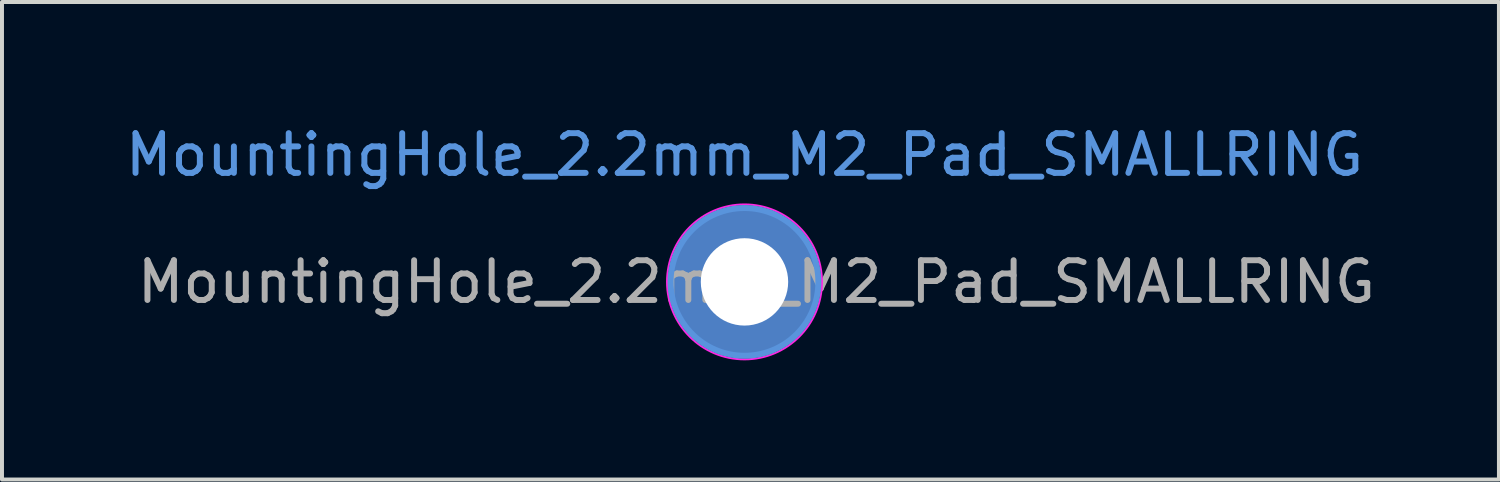
<source format=kicad_pcb>
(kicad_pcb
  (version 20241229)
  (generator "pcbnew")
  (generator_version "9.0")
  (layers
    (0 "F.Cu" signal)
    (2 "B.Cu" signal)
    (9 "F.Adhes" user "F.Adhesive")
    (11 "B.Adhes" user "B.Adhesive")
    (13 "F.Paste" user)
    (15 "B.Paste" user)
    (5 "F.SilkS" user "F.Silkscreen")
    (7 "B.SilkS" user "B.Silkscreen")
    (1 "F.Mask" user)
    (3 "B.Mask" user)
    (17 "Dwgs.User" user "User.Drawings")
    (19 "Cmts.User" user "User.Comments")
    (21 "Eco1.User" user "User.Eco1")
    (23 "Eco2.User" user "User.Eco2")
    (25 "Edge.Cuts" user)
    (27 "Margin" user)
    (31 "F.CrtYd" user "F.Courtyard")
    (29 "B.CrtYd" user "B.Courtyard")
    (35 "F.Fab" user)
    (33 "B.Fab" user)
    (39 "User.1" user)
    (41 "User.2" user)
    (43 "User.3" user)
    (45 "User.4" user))
  (footprint "MountingHole_2.2mm_M2_Pad_SMALLRING"
    (layer "F.Cu")
    (at 15.696 4.048)
    (property "Reference" "MountingHole_2.2mm_M2_Pad_SMALLRING" (at 0 -3.2 0) (layer "Cmts.User") (effects (font (size 1 1) (thickness 0.15))))
    (attr exclude_from_pos_files exclude_from_bom)
    (fp_circle (center 0 0) (end 1.86 0.04) (stroke (width 0.15) (type solid)) (fill no) (layer "Cmts.User"))
    (fp_circle (center 0 0) (end 1.95 0.04) (stroke (width 0.05) (type solid)) (fill no) (layer "F.CrtYd"))
    (fp_text user "${REFERENCE}" (at 0.3 0 0) (layer "F.Fab") (effects (font (size 1 1) (thickness 0.15))))
    (pad "1" thru_hole circle (at 0 0) (size 3.64 3.64) (drill 2.2) (layers "*.Cu" "*.Mask")))
  (gr_rect
    (start -3 -3)
    (end 34.693 9.024)
    (stroke (width 0.1) (type default))
    (fill no)
    (layer "Edge.Cuts")))
</source>
